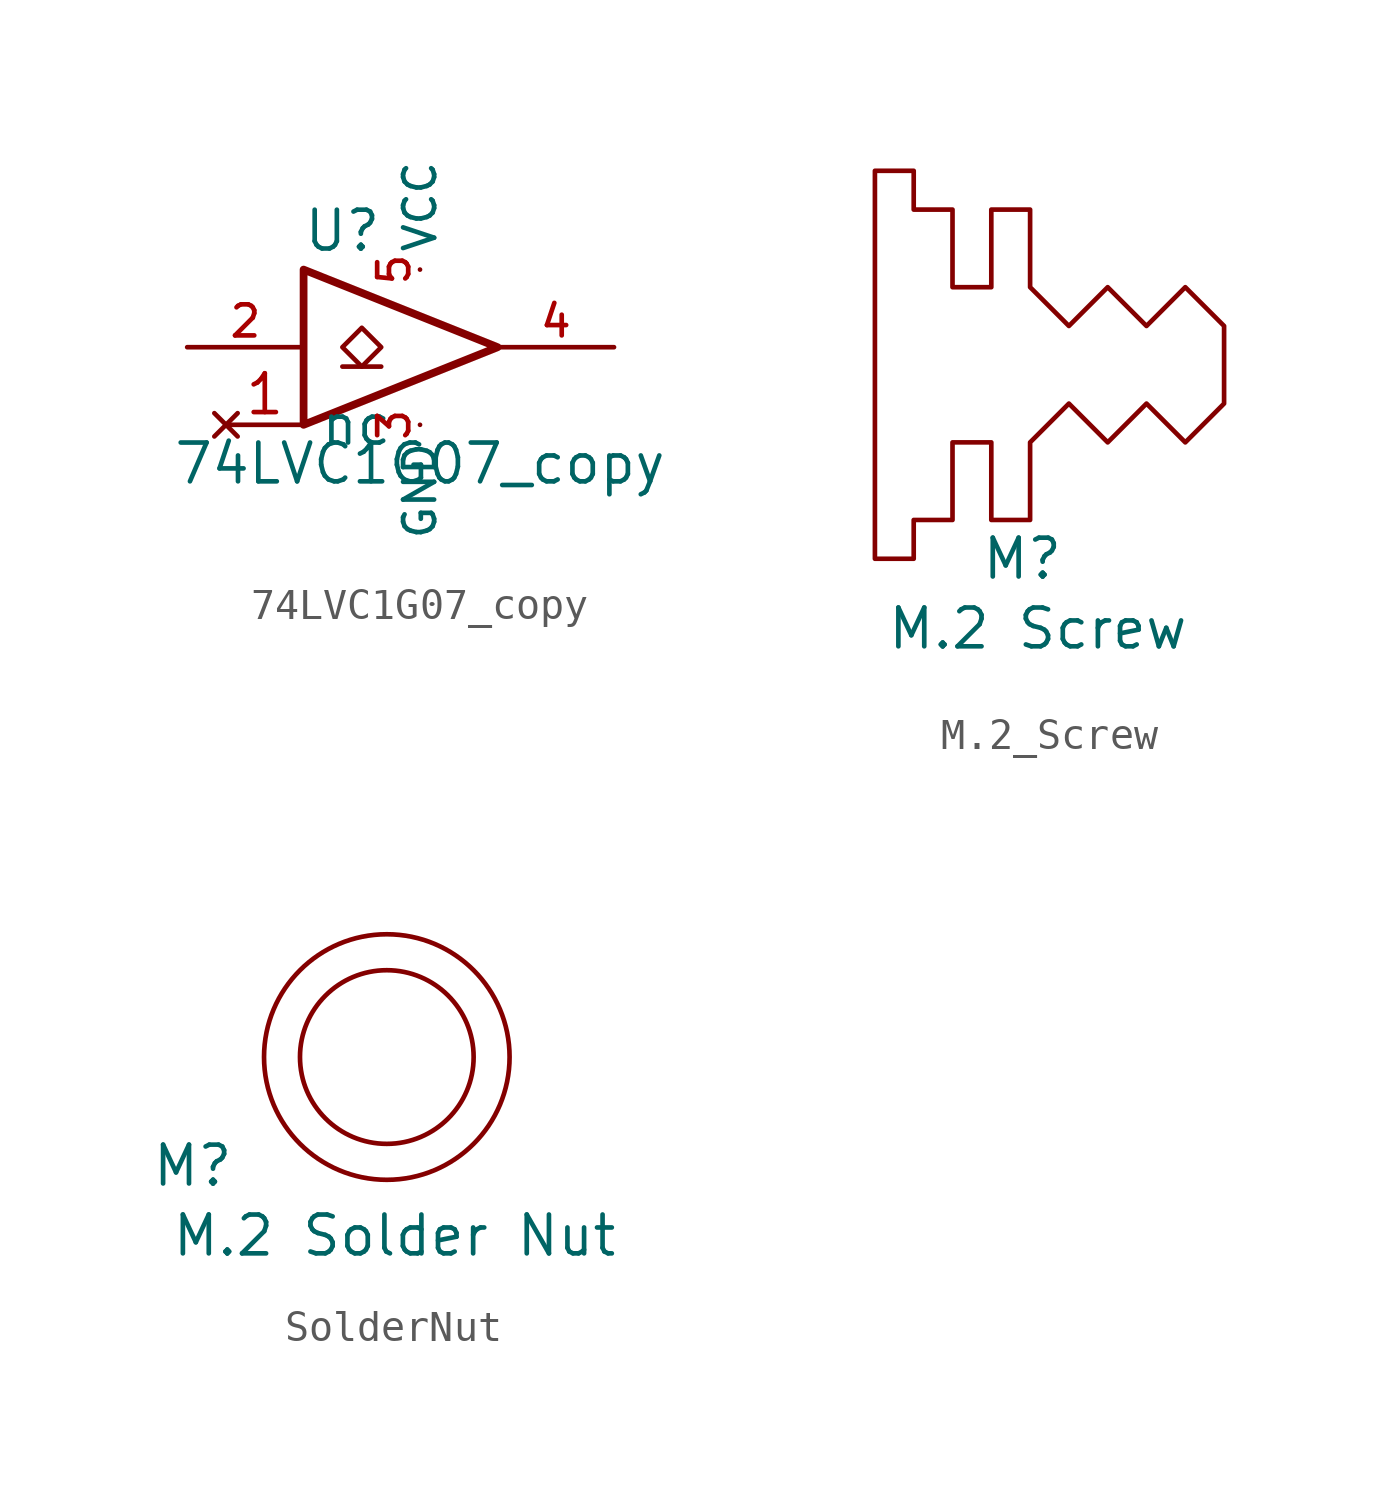
<source format=kicad_sym>
(kicad_symbol_lib
  (version 20231120)
  (generator "kicad_symbol_editor")
  (generator_version "8.0")
  (symbol "74LVC1G07_copy"
    (property "Reference" "U"
      (at -2.54 3.81 0)
      (effects (font (size 1.27 1.27))))
    (property "Value" "74LVC1G07_copy"
      (at 0 -3.81 0)
      (effects (font (size 1.27 1.27))))
    (symbol "74LVC1G07_copy_0_1"
      (polyline (pts (xy -2.54 -0.635) (xy -1.27 -0.635)) (stroke (width 0) (type default)) (fill (type none)))
      (polyline (pts (xy -3.81 2.54) (xy -3.81 -2.54) (xy 2.54 0) (xy -3.81 2.54)) (stroke (width 0.254) (type default)) (fill (type none)))
      (polyline (pts (xy -1.905 0.635) (xy -2.54 0) (xy -1.905 -0.635) (xy -1.27 0) (xy -1.905 0.635)) (stroke (width 0) (type default)) (fill (type none))))
    (symbol "74LVC1G07_copy_1_1"
      (pin no_connect line (at -6.35 -2.54 0) (length 2.54) (name "nc" (effects (font (size 1.27 1.27)))) (number "1" (effects (font (size 1.27 1.27)))))
      (pin input line (at -7.62 0 0) (length 3.81) (name "~" (effects (font (size 1.016 1.016)))) (number "2" (effects (font (size 1.016 1.016)))))
      (pin power_in line (at 0 -2.54 270) (length 0) (name "GND" (effects (font (size 1.016 1.016)))) (number "3" (effects (font (size 1.016 1.016)))))
      (pin open_collector line (at 6.35 0 180) (length 3.81) (name "~" (effects (font (size 1.016 1.016)))) (number "4" (effects (font (size 1.016 1.016)))))
      (pin power_in line (at 0 2.54 90) (length 0) (name "VCC" (effects (font (size 1.016 1.016)))) (number "5" (effects (font (size 1.016 1.016)))))))
  (symbol "M.2_Screw"
    (pin_numbers hide)
    (pin_names
      (offset 0) hide)
    (property "Reference" "M"
      (at -0.254 -6.35 0)
      (effects (font (size 1.27 1.27))))
    (property "Value" "M.2 Screw"
      (at 0.254 -8.636 0)
      (effects (font (size 1.27 1.27))))
    (symbol "M.2_Screw_0_1"
      (polyline (pts (xy -5.08 0) (xy -5.08 -6.35) (xy -3.81 -6.35) (xy -3.81 -5.08) (xy -2.54 -5.08) (xy -2.54 -2.54) (xy -1.27 -2.54) (xy -1.27 -5.08) (xy 0 -5.08) (xy 0 -2.54) (xy 1.27 -1.27) (xy 2.54 -2.54) (xy 3.81 -1.27) (xy 5.08 -2.54) (xy 6.35 -1.27) (xy 6.35 1.27) (xy 5.08 2.54) (xy 3.81 1.27) (xy 2.54 2.54) (xy 1.27 1.27) (xy 0 2.54) (xy 0 5.08) (xy -1.27 5.08) (xy -1.27 2.54) (xy -2.54 2.54) (xy -2.54 5.08) (xy -3.81 5.08) (xy -3.81 6.35) (xy -5.08 6.35) (xy -5.08 0)) (stroke (width 0) (type default)) (fill (type none)))))
  (symbol "SolderNut"
    (pin_numbers hide)
    (pin_names
      (offset 0) hide)
    (property "Reference" "M"
      (at -6.35 -3.556 0)
      (effects (font (size 1.27 1.27))))
    (property "Value" "M.2 Solder Nut"
      (at 0.254 -5.842 0)
      (effects (font (size 1.27 1.27))))
    (symbol "SolderNut_0_1"
      (circle (center 0 0) (radius 2.84) (stroke (width 0) (type default)) (fill (type none)))
      (circle (center 0 0) (radius 4.016) (stroke (width 0) (type default)) (fill (type none))))))
</source>
